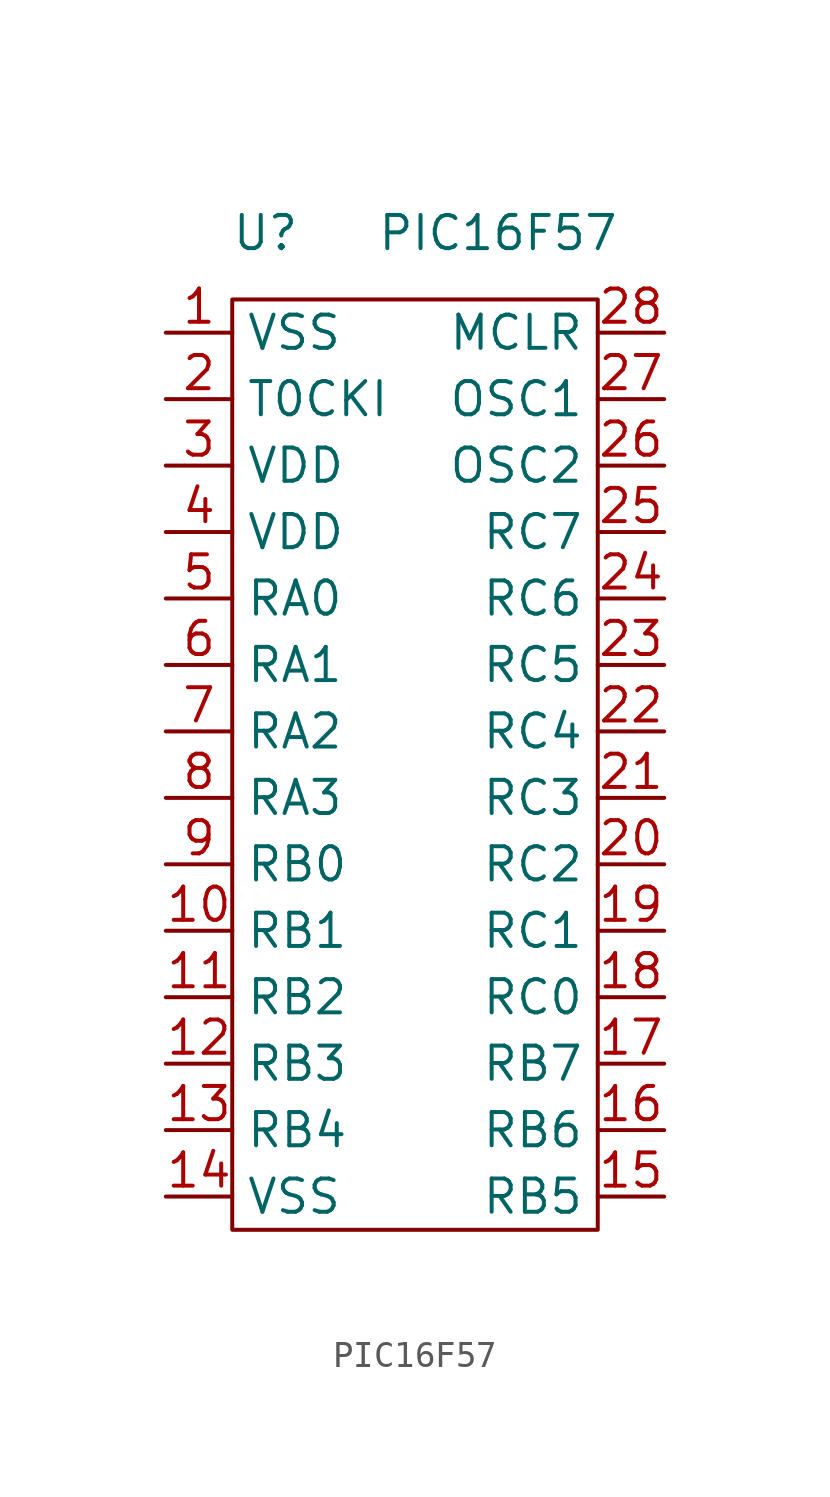
<source format=kicad_sym>
(kicad_symbol_lib
  (version 20211014)
  (generator kicad_symbol_editor)
  (symbol "PIC16F57"
    (property "Reference" "U"
      (at -22.86 11.43 0)
      (effects (font (size 1.27 1.27))))
    (property "Value" "PIC16F57"
      (at -13.97 11.43 0)
      (effects (font (size 1.27 1.27))))
    (symbol "PIC16F57_0_1"
      (rectangle (start -24.13 8.89) (end -10.16 -26.67) (stroke (width 0) (type default) (color 0 0 0 0)) (fill (type none))))
    (symbol "PIC16F57_1_1"
      (pin input line (at -26.67 7.62 0) (length 2.54) (name "VSS" (effects (font (size 1.27 1.27)))) (number "1" (effects (font (size 1.27 1.27)))))
      (pin bidirectional line (at -26.67 -15.24 0) (length 2.54) (name "RB1" (effects (font (size 1.27 1.27)))) (number "10" (effects (font (size 1.27 1.27)))))
      (pin bidirectional line (at -26.67 -17.78 0) (length 2.54) (name "RB2" (effects (font (size 1.27 1.27)))) (number "11" (effects (font (size 1.27 1.27)))))
      (pin bidirectional line (at -26.67 -20.32 0) (length 2.54) (name "RB3" (effects (font (size 1.27 1.27)))) (number "12" (effects (font (size 1.27 1.27)))))
      (pin bidirectional line (at -26.67 -22.86 0) (length 2.54) (name "RB4" (effects (font (size 1.27 1.27)))) (number "13" (effects (font (size 1.27 1.27)))))
      (pin input line (at -26.67 -25.4 0) (length 2.54) (name "VSS" (effects (font (size 1.27 1.27)))) (number "14" (effects (font (size 1.27 1.27)))))
      (pin bidirectional line (at -7.62 -25.4 180) (length 2.54) (name "RB5" (effects (font (size 1.27 1.27)))) (number "15" (effects (font (size 1.27 1.27)))))
      (pin bidirectional line (at -7.62 -22.86 180) (length 2.54) (name "RB6" (effects (font (size 1.27 1.27)))) (number "16" (effects (font (size 1.27 1.27)))))
      (pin bidirectional line (at -7.62 -20.32 180) (length 2.54) (name "RB7" (effects (font (size 1.27 1.27)))) (number "17" (effects (font (size 1.27 1.27)))))
      (pin bidirectional line (at -7.62 -17.78 180) (length 2.54) (name "RC0" (effects (font (size 1.27 1.27)))) (number "18" (effects (font (size 1.27 1.27)))))
      (pin bidirectional line (at -7.62 -15.24 180) (length 2.54) (name "RC1" (effects (font (size 1.27 1.27)))) (number "19" (effects (font (size 1.27 1.27)))))
      (pin input line (at -26.67 5.08 0) (length 2.54) (name "T0CKI" (effects (font (size 1.27 1.27)))) (number "2" (effects (font (size 1.27 1.27)))))
      (pin bidirectional line (at -7.62 -12.7 180) (length 2.54) (name "RC2" (effects (font (size 1.27 1.27)))) (number "20" (effects (font (size 1.27 1.27)))))
      (pin bidirectional line (at -7.62 -10.16 180) (length 2.54) (name "RC3" (effects (font (size 1.27 1.27)))) (number "21" (effects (font (size 1.27 1.27)))))
      (pin bidirectional line (at -7.62 -7.62 180) (length 2.54) (name "RC4" (effects (font (size 1.27 1.27)))) (number "22" (effects (font (size 1.27 1.27)))))
      (pin bidirectional line (at -7.62 -5.08 180) (length 2.54) (name "RC5" (effects (font (size 1.27 1.27)))) (number "23" (effects (font (size 1.27 1.27)))))
      (pin bidirectional line (at -7.62 -2.54 180) (length 2.54) (name "RC6" (effects (font (size 1.27 1.27)))) (number "24" (effects (font (size 1.27 1.27)))))
      (pin bidirectional line (at -7.62 0 180) (length 2.54) (name "RC7" (effects (font (size 1.27 1.27)))) (number "25" (effects (font (size 1.27 1.27)))))
      (pin output line (at -7.62 2.54 180) (length 2.54) (name "OSC2" (effects (font (size 1.27 1.27)))) (number "26" (effects (font (size 1.27 1.27)))))
      (pin input line (at -7.62 5.08 180) (length 2.54) (name "OSC1" (effects (font (size 1.27 1.27)))) (number "27" (effects (font (size 1.27 1.27)))))
      (pin input line (at -7.62 7.62 180) (length 2.54) (name "MCLR" (effects (font (size 1.27 1.27)))) (number "28" (effects (font (size 1.27 1.27)))))
      (pin input line (at -26.67 2.54 0) (length 2.54) (name "VDD" (effects (font (size 1.27 1.27)))) (number "3" (effects (font (size 1.27 1.27)))))
      (pin input line (at -26.67 0 0) (length 2.54) (name "VDD" (effects (font (size 1.27 1.27)))) (number "4" (effects (font (size 1.27 1.27)))))
      (pin bidirectional line (at -26.67 -2.54 0) (length 2.54) (name "RA0" (effects (font (size 1.27 1.27)))) (number "5" (effects (font (size 1.27 1.27)))))
      (pin bidirectional line (at -26.67 -5.08 0) (length 2.54) (name "RA1" (effects (font (size 1.27 1.27)))) (number "6" (effects (font (size 1.27 1.27)))))
      (pin bidirectional line (at -26.67 -7.62 0) (length 2.54) (name "RA2" (effects (font (size 1.27 1.27)))) (number "7" (effects (font (size 1.27 1.27)))))
      (pin bidirectional line (at -26.67 -10.16 0) (length 2.54) (name "RA3" (effects (font (size 1.27 1.27)))) (number "8" (effects (font (size 1.27 1.27)))))
      (pin bidirectional line (at -26.67 -12.7 0) (length 2.54) (name "RB0" (effects (font (size 1.27 1.27)))) (number "9" (effects (font (size 1.27 1.27))))))))
</source>
